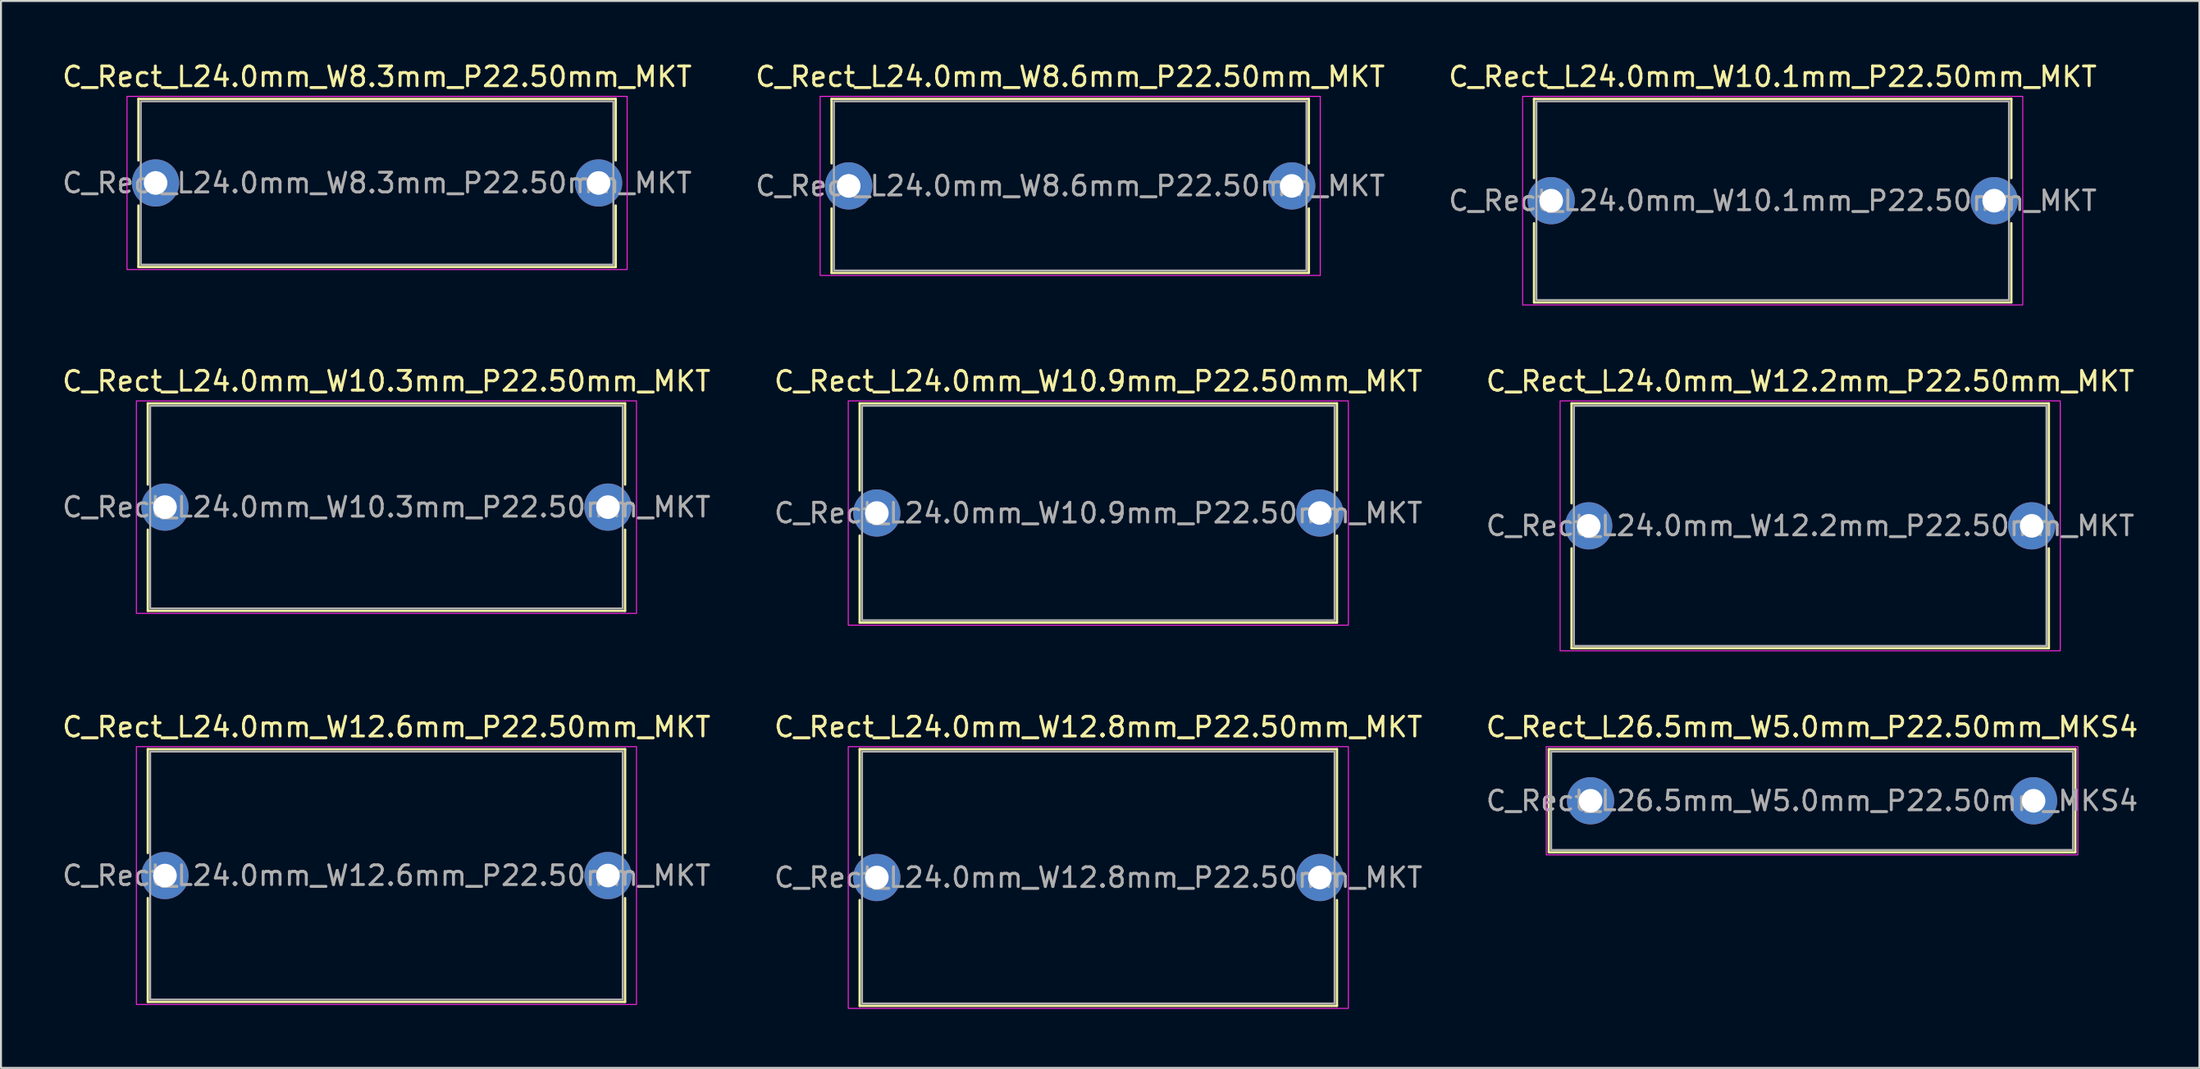
<source format=kicad_pcb>
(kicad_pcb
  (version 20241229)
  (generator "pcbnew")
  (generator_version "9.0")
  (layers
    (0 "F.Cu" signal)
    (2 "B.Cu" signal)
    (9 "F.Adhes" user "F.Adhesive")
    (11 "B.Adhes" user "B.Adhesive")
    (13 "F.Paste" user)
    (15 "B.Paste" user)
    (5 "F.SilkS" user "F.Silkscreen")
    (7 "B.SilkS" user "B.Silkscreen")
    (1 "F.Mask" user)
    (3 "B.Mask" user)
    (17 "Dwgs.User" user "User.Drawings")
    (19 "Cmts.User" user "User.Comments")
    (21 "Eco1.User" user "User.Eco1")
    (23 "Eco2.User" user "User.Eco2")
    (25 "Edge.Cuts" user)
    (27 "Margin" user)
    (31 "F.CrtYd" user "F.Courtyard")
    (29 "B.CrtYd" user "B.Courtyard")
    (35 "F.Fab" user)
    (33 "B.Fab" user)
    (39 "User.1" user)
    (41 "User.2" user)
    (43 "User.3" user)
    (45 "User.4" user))
  (footprint "C_Rect_L24.0mm_W10.1mm_P22.50mm_MKT"
    (layer "F.Cu")
    (at 75.732 7.148)
    (property "Reference" "C_Rect_L24.0mm_W10.1mm_P22.50mm_MKT" (at 11.25 -6.3 0) (layer "F.SilkS") (effects (font (size 1 1) (thickness 0.15))))
    (attr through_hole)
    (fp_line (start -0.87 -5.17) (end -0.87 -1.147) (stroke (width 0.12) (type solid)) (layer "F.SilkS"))
    (fp_line (start -0.87 -5.17) (end 23.37 -5.17) (stroke (width 0.12) (type solid)) (layer "F.SilkS"))
    (fp_line (start -0.87 1.147) (end -0.87 5.17) (stroke (width 0.12) (type solid)) (layer "F.SilkS"))
    (fp_line (start -0.87 5.17) (end 23.37 5.17) (stroke (width 0.12) (type solid)) (layer "F.SilkS"))
    (fp_line (start 23.37 -5.17) (end 23.37 -1.147) (stroke (width 0.12) (type solid)) (layer "F.SilkS"))
    (fp_line (start 23.37 1.147) (end 23.37 5.17) (stroke (width 0.12) (type solid)) (layer "F.SilkS"))
    (fp_rect (start -1.45 -5.3) (end 23.95 5.3) (stroke (width 0.05) (type solid)) (fill no) (layer "F.CrtYd"))
    (fp_rect (start -0.75 -5.05) (end 23.25 5.05) (stroke (width 0.1) (type solid)) (fill no) (layer "F.Fab"))
    (fp_text user "${REFERENCE}" (at 11.25 0 0) (layer "F.Fab") (effects (font (size 1 1) (thickness 0.15))))
    (pad "1" thru_hole circle (at 0 0) (size 2.4 2.4) (drill 1.2) (layers "*.Cu" "*.Mask"))
    (pad "2" thru_hole circle (at 22.5 0) (size 2.4 2.4) (drill 1.2) (layers "*.Cu" "*.Mask")))
  (footprint "C_Rect_L24.0mm_W12.6mm_P22.50mm_MKT"
    (layer "F.Cu")
    (at 5.327 41.445)
    (property "Reference" "C_Rect_L24.0mm_W12.6mm_P22.50mm_MKT" (at 11.25 -7.55 0) (layer "F.SilkS") (effects (font (size 1 1) (thickness 0.15))))
    (attr through_hole)
    (fp_line (start -0.87 -6.42) (end -0.87 -1.147) (stroke (width 0.12) (type solid)) (layer "F.SilkS"))
    (fp_line (start -0.87 -6.42) (end 23.37 -6.42) (stroke (width 0.12) (type solid)) (layer "F.SilkS"))
    (fp_line (start -0.87 1.147) (end -0.87 6.42) (stroke (width 0.12) (type solid)) (layer "F.SilkS"))
    (fp_line (start -0.87 6.42) (end 23.37 6.42) (stroke (width 0.12) (type solid)) (layer "F.SilkS"))
    (fp_line (start 23.37 -6.42) (end 23.37 -1.147) (stroke (width 0.12) (type solid)) (layer "F.SilkS"))
    (fp_line (start 23.37 1.147) (end 23.37 6.42) (stroke (width 0.12) (type solid)) (layer "F.SilkS"))
    (fp_rect (start -1.45 -6.55) (end 23.95 6.55) (stroke (width 0.05) (type solid)) (fill no) (layer "F.CrtYd"))
    (fp_rect (start -0.75 -6.3) (end 23.25 6.3) (stroke (width 0.1) (type solid)) (fill no) (layer "F.Fab"))
    (fp_text user "${REFERENCE}" (at 11.25 0 0) (layer "F.Fab") (effects (font (size 1 1) (thickness 0.15))))
    (pad "1" thru_hole circle (at 0 0) (size 2.4 2.4) (drill 1.2) (layers "*.Cu" "*.Mask"))
    (pad "2" thru_hole circle (at 22.5 0) (size 2.4 2.4) (drill 1.2) (layers "*.Cu" "*.Mask")))
  (footprint "C_Rect_L24.0mm_W10.3mm_P22.50mm_MKT"
    (layer "F.Cu")
    (at 5.327 22.721)
    (property "Reference" "C_Rect_L24.0mm_W10.3mm_P22.50mm_MKT" (at 11.25 -6.4 0) (layer "F.SilkS") (effects (font (size 1 1) (thickness 0.15))))
    (attr through_hole)
    (fp_line (start -0.87 -5.27) (end -0.87 -1.147) (stroke (width 0.12) (type solid)) (layer "F.SilkS"))
    (fp_line (start -0.87 -5.27) (end 23.37 -5.27) (stroke (width 0.12) (type solid)) (layer "F.SilkS"))
    (fp_line (start -0.87 1.147) (end -0.87 5.27) (stroke (width 0.12) (type solid)) (layer "F.SilkS"))
    (fp_line (start -0.87 5.27) (end 23.37 5.27) (stroke (width 0.12) (type solid)) (layer "F.SilkS"))
    (fp_line (start 23.37 -5.27) (end 23.37 -1.147) (stroke (width 0.12) (type solid)) (layer "F.SilkS"))
    (fp_line (start 23.37 1.147) (end 23.37 5.27) (stroke (width 0.12) (type solid)) (layer "F.SilkS"))
    (fp_rect (start -1.45 -5.4) (end 23.95 5.4) (stroke (width 0.05) (type solid)) (fill no) (layer "F.CrtYd"))
    (fp_rect (start -0.75 -5.15) (end 23.25 5.15) (stroke (width 0.1) (type solid)) (fill no) (layer "F.Fab"))
    (fp_text user "${REFERENCE}" (at 11.25 0 0) (layer "F.Fab") (effects (font (size 1 1) (thickness 0.15))))
    (pad "1" thru_hole circle (at 0 0) (size 2.4 2.4) (drill 1.2) (layers "*.Cu" "*.Mask"))
    (pad "2" thru_hole circle (at 22.5 0) (size 2.4 2.4) (drill 1.2) (layers "*.Cu" "*.Mask")))
  (footprint "C_Rect_L24.0mm_W12.8mm_P22.50mm_MKT"
    (layer "F.Cu")
    (at 41.482 41.545)
    (property "Reference" "C_Rect_L24.0mm_W12.8mm_P22.50mm_MKT" (at 11.25 -7.65 0) (layer "F.SilkS") (effects (font (size 1 1) (thickness 0.15))))
    (attr through_hole)
    (fp_line (start -0.87 -6.52) (end -0.87 -1.147) (stroke (width 0.12) (type solid)) (layer "F.SilkS"))
    (fp_line (start -0.87 -6.52) (end 23.37 -6.52) (stroke (width 0.12) (type solid)) (layer "F.SilkS"))
    (fp_line (start -0.87 1.147) (end -0.87 6.52) (stroke (width 0.12) (type solid)) (layer "F.SilkS"))
    (fp_line (start -0.87 6.52) (end 23.37 6.52) (stroke (width 0.12) (type solid)) (layer "F.SilkS"))
    (fp_line (start 23.37 -6.52) (end 23.37 -1.147) (stroke (width 0.12) (type solid)) (layer "F.SilkS"))
    (fp_line (start 23.37 1.147) (end 23.37 6.52) (stroke (width 0.12) (type solid)) (layer "F.SilkS"))
    (fp_rect (start -1.45 -6.65) (end 23.95 6.65) (stroke (width 0.05) (type solid)) (fill no) (layer "F.CrtYd"))
    (fp_rect (start -0.75 -6.4) (end 23.25 6.4) (stroke (width 0.1) (type solid)) (fill no) (layer "F.Fab"))
    (fp_text user "${REFERENCE}" (at 11.25 0 0) (layer "F.Fab") (effects (font (size 1 1) (thickness 0.15))))
    (pad "1" thru_hole circle (at 0 0) (size 2.4 2.4) (drill 1.2) (layers "*.Cu" "*.Mask"))
    (pad "2" thru_hole circle (at 22.5 0) (size 2.4 2.4) (drill 1.2) (layers "*.Cu" "*.Mask")))
  (footprint "C_Rect_L24.0mm_W8.3mm_P22.50mm_MKT"
    (layer "F.Cu")
    (at 4.851 6.248)
    (property "Reference" "C_Rect_L24.0mm_W8.3mm_P22.50mm_MKT" (at 11.25 -5.4 0) (layer "F.SilkS") (effects (font (size 1 1) (thickness 0.15))))
    (attr through_hole)
    (fp_line (start -0.87 -4.27) (end -0.87 -1.147) (stroke (width 0.12) (type solid)) (layer "F.SilkS"))
    (fp_line (start -0.87 -4.27) (end 23.37 -4.27) (stroke (width 0.12) (type solid)) (layer "F.SilkS"))
    (fp_line (start -0.87 1.147) (end -0.87 4.27) (stroke (width 0.12) (type solid)) (layer "F.SilkS"))
    (fp_line (start -0.87 4.27) (end 23.37 4.27) (stroke (width 0.12) (type solid)) (layer "F.SilkS"))
    (fp_line (start 23.37 -4.27) (end 23.37 -1.147) (stroke (width 0.12) (type solid)) (layer "F.SilkS"))
    (fp_line (start 23.37 1.147) (end 23.37 4.27) (stroke (width 0.12) (type solid)) (layer "F.SilkS"))
    (fp_rect (start -1.45 -4.4) (end 23.95 4.4) (stroke (width 0.05) (type solid)) (fill no) (layer "F.CrtYd"))
    (fp_rect (start -0.75 -4.15) (end 23.25 4.15) (stroke (width 0.1) (type solid)) (fill no) (layer "F.Fab"))
    (fp_text user "${REFERENCE}" (at 11.25 0 0) (layer "F.Fab") (effects (font (size 1 1) (thickness 0.15))))
    (pad "1" thru_hole circle (at 0 0) (size 2.4 2.4) (drill 1.2) (layers "*.Cu" "*.Mask"))
    (pad "2" thru_hole circle (at 22.5 0) (size 2.4 2.4) (drill 1.2) (layers "*.Cu" "*.Mask")))
  (footprint "C_Rect_L24.0mm_W12.2mm_P22.50mm_MKT"
    (layer "F.Cu")
    (at 77.637 23.672)
    (property "Reference" "C_Rect_L24.0mm_W12.2mm_P22.50mm_MKT" (at 11.25 -7.35 0) (layer "F.SilkS") (effects (font (size 1 1) (thickness 0.15))))
    (attr through_hole)
    (fp_line (start -0.87 -6.22) (end -0.87 -1.147) (stroke (width 0.12) (type solid)) (layer "F.SilkS"))
    (fp_line (start -0.87 -6.22) (end 23.37 -6.22) (stroke (width 0.12) (type solid)) (layer "F.SilkS"))
    (fp_line (start -0.87 1.147) (end -0.87 6.22) (stroke (width 0.12) (type solid)) (layer "F.SilkS"))
    (fp_line (start -0.87 6.22) (end 23.37 6.22) (stroke (width 0.12) (type solid)) (layer "F.SilkS"))
    (fp_line (start 23.37 -6.22) (end 23.37 -1.147) (stroke (width 0.12) (type solid)) (layer "F.SilkS"))
    (fp_line (start 23.37 1.147) (end 23.37 6.22) (stroke (width 0.12) (type solid)) (layer "F.SilkS"))
    (fp_rect (start -1.45 -6.35) (end 23.95 6.35) (stroke (width 0.05) (type solid)) (fill no) (layer "F.CrtYd"))
    (fp_rect (start -0.75 -6.1) (end 23.25 6.1) (stroke (width 0.1) (type solid)) (fill no) (layer "F.Fab"))
    (fp_text user "${REFERENCE}" (at 11.25 0 0) (layer "F.Fab") (effects (font (size 1 1) (thickness 0.15))))
    (pad "1" thru_hole circle (at 0 0) (size 2.4 2.4) (drill 1.2) (layers "*.Cu" "*.Mask"))
    (pad "2" thru_hole circle (at 22.5 0) (size 2.4 2.4) (drill 1.2) (layers "*.Cu" "*.Mask")))
  (footprint "C_Rect_L24.0mm_W8.6mm_P22.50mm_MKT"
    (layer "F.Cu")
    (at 40.054 6.398)
    (property "Reference" "C_Rect_L24.0mm_W8.6mm_P22.50mm_MKT" (at 11.25 -5.55 0) (layer "F.SilkS") (effects (font (size 1 1) (thickness 0.15))))
    (attr through_hole)
    (fp_line (start -0.87 -4.42) (end -0.87 -1.147) (stroke (width 0.12) (type solid)) (layer "F.SilkS"))
    (fp_line (start -0.87 -4.42) (end 23.37 -4.42) (stroke (width 0.12) (type solid)) (layer "F.SilkS"))
    (fp_line (start -0.87 1.147) (end -0.87 4.42) (stroke (width 0.12) (type solid)) (layer "F.SilkS"))
    (fp_line (start -0.87 4.42) (end 23.37 4.42) (stroke (width 0.12) (type solid)) (layer "F.SilkS"))
    (fp_line (start 23.37 -4.42) (end 23.37 -1.147) (stroke (width 0.12) (type solid)) (layer "F.SilkS"))
    (fp_line (start 23.37 1.147) (end 23.37 4.42) (stroke (width 0.12) (type solid)) (layer "F.SilkS"))
    (fp_rect (start -1.45 -4.55) (end 23.95 4.55) (stroke (width 0.05) (type solid)) (fill no) (layer "F.CrtYd"))
    (fp_rect (start -0.75 -4.3) (end 23.25 4.3) (stroke (width 0.1) (type solid)) (fill no) (layer "F.Fab"))
    (fp_text user "${REFERENCE}" (at 11.25 0 0) (layer "F.Fab") (effects (font (size 1 1) (thickness 0.15))))
    (pad "1" thru_hole circle (at 0 0) (size 2.4 2.4) (drill 1.2) (layers "*.Cu" "*.Mask"))
    (pad "2" thru_hole circle (at 22.5 0) (size 2.4 2.4) (drill 1.2) (layers "*.Cu" "*.Mask")))
  (footprint "C_Rect_L26.5mm_W5.0mm_P22.50mm_MKS4"
    (layer "F.Cu")
    (at 77.732 37.645)
    (property "Reference" "C_Rect_L26.5mm_W5.0mm_P22.50mm_MKS4" (at 11.25 -3.75 0) (layer "F.SilkS") (effects (font (size 1 1) (thickness 0.15))))
    (attr through_hole)
    (fp_line (start -2.12 -2.62) (end -2.12 2.62) (stroke (width 0.12) (type solid)) (layer "F.SilkS"))
    (fp_line (start -2.12 -2.62) (end 24.62 -2.62) (stroke (width 0.12) (type solid)) (layer "F.SilkS"))
    (fp_line (start -2.12 2.62) (end 24.62 2.62) (stroke (width 0.12) (type solid)) (layer "F.SilkS"))
    (fp_line (start 24.62 -2.62) (end 24.62 2.62) (stroke (width 0.12) (type solid)) (layer "F.SilkS"))
    (fp_rect (start -2.25 -2.75) (end 24.75 2.75) (stroke (width 0.05) (type solid)) (fill no) (layer "F.CrtYd"))
    (fp_rect (start -2 -2.5) (end 24.5 2.5) (stroke (width 0.1) (type solid)) (fill no) (layer "F.Fab"))
    (fp_text user "${REFERENCE}" (at 11.25 0 0) (layer "F.Fab") (effects (font (size 1 1) (thickness 0.15))))
    (pad "1" thru_hole circle (at 0 0) (size 2.4 2.4) (drill 1.2) (layers "*.Cu" "*.Mask"))
    (pad "2" thru_hole circle (at 22.5 0) (size 2.4 2.4) (drill 1.2) (layers "*.Cu" "*.Mask")))
  (footprint "C_Rect_L24.0mm_W10.9mm_P22.50mm_MKT"
    (layer "F.Cu")
    (at 41.482 23.021)
    (property "Reference" "C_Rect_L24.0mm_W10.9mm_P22.50mm_MKT" (at 11.25 -6.7 0) (layer "F.SilkS") (effects (font (size 1 1) (thickness 0.15))))
    (attr through_hole)
    (fp_line (start -0.87 -5.57) (end -0.87 -1.147) (stroke (width 0.12) (type solid)) (layer "F.SilkS"))
    (fp_line (start -0.87 -5.57) (end 23.37 -5.57) (stroke (width 0.12) (type solid)) (layer "F.SilkS"))
    (fp_line (start -0.87 1.147) (end -0.87 5.57) (stroke (width 0.12) (type solid)) (layer "F.SilkS"))
    (fp_line (start -0.87 5.57) (end 23.37 5.57) (stroke (width 0.12) (type solid)) (layer "F.SilkS"))
    (fp_line (start 23.37 -5.57) (end 23.37 -1.147) (stroke (width 0.12) (type solid)) (layer "F.SilkS"))
    (fp_line (start 23.37 1.147) (end 23.37 5.57) (stroke (width 0.12) (type solid)) (layer "F.SilkS"))
    (fp_rect (start -1.45 -5.7) (end 23.95 5.7) (stroke (width 0.05) (type solid)) (fill no) (layer "F.CrtYd"))
    (fp_rect (start -0.75 -5.45) (end 23.25 5.45) (stroke (width 0.1) (type solid)) (fill no) (layer "F.Fab"))
    (fp_text user "${REFERENCE}" (at 11.25 0 0) (layer "F.Fab") (effects (font (size 1 1) (thickness 0.15))))
    (pad "1" thru_hole circle (at 0 0) (size 2.4 2.4) (drill 1.2) (layers "*.Cu" "*.Mask"))
    (pad "2" thru_hole circle (at 22.5 0) (size 2.4 2.4) (drill 1.2) (layers "*.Cu" "*.Mask")))
  (gr_rect
    (start -3 -3)
    (end 108.655 51.22)
    (stroke (width 0.1) (type default))
    (fill no)
    (layer "Edge.Cuts")))
</source>
